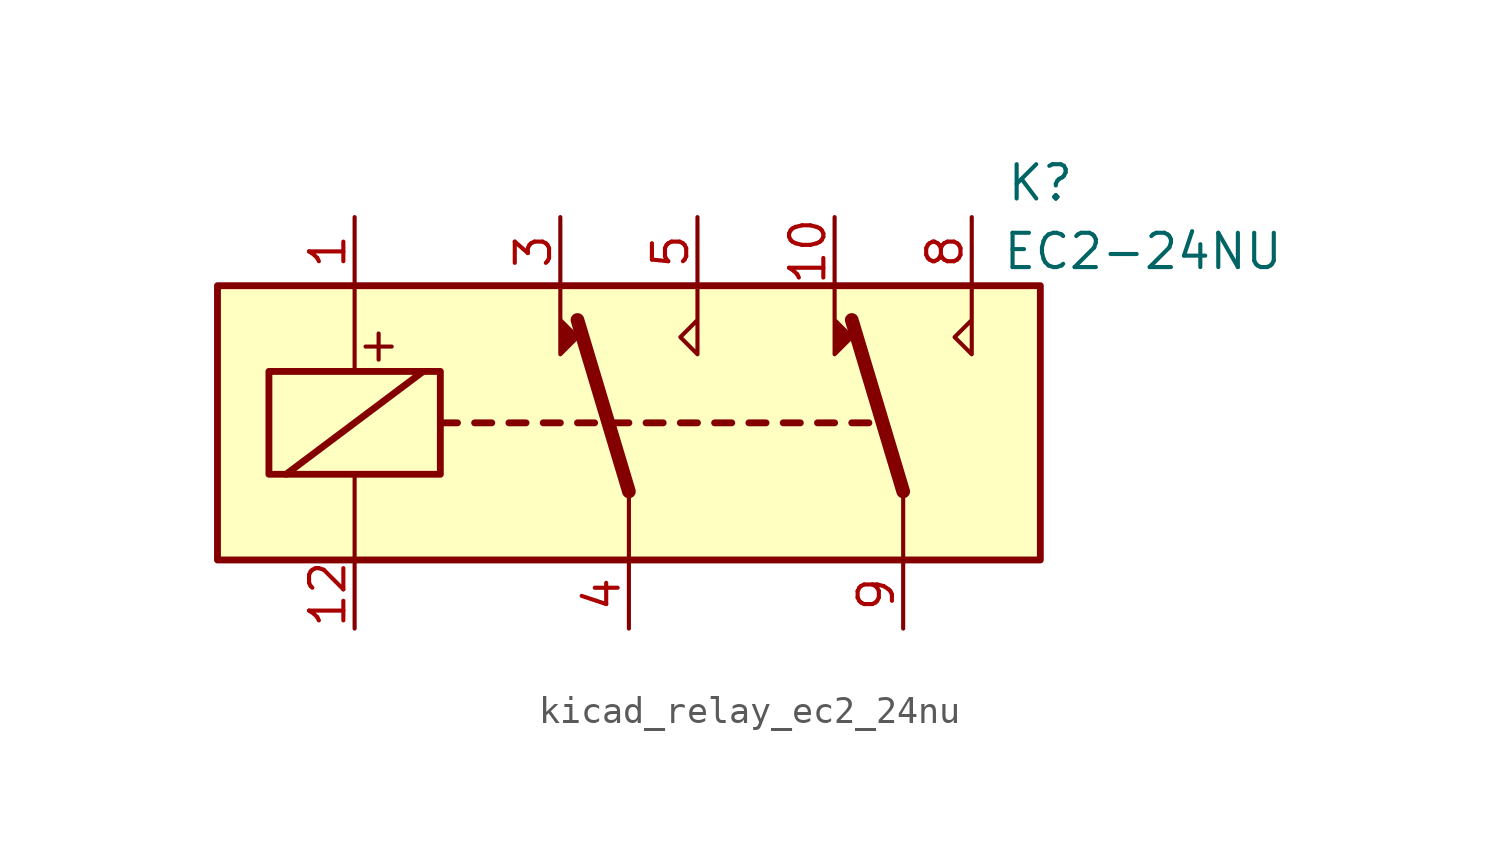
<source format=kicad_sym>
(kicad_symbol_lib
  (version 20220914)
  (generator kicad_symbol_editor)
  (symbol "kicad_relay_ec2_24nu"
    (property "Reference" "K"
      (at 15.24 8.89 0)
      (effects (font (size 1.27 1.27))))
    (property "Value" "EC2-24NU"
      (at 19.05 6.35 0)
      (effects (font (size 1.27 1.27))))
    (symbol "kicad_relay_ec2_24nu_1_1"
      (rectangle (start -15.24 5.08) (end 15.24 -5.08) (stroke (width 0.254) (type default)) (fill (type background)))
      (rectangle (start -13.335 1.905) (end -6.985 -1.905) (stroke (width 0.254) (type default)) (fill (type none)))
      (polyline (pts (xy -12.7 -1.905) (xy -7.62 1.905)) (stroke (width 0.254) (type default)) (fill (type none)))
      (polyline (pts (xy -10.16 -5.08) (xy -10.16 -1.905)) (stroke (width 0) (type default)) (fill (type none)))
      (polyline (pts (xy -10.16 5.08) (xy -10.16 1.905)) (stroke (width 0) (type default)) (fill (type none)))
      (polyline (pts (xy -6.985 0) (xy -6.35 0)) (stroke (width 0.254) (type default)) (fill (type none)))
      (polyline (pts (xy -5.715 0) (xy -5.08 0)) (stroke (width 0.254) (type default)) (fill (type none)))
      (polyline (pts (xy -4.445 0) (xy -3.81 0)) (stroke (width 0.254) (type default)) (fill (type none)))
      (polyline (pts (xy -3.175 0) (xy -2.54 0)) (stroke (width 0.254) (type default)) (fill (type none)))
      (polyline (pts (xy -1.905 0) (xy -1.27 0)) (stroke (width 0.254) (type default)) (fill (type none)))
      (polyline (pts (xy -0.635 0) (xy 0 0)) (stroke (width 0.254) (type default)) (fill (type none)))
      (polyline (pts (xy 0 -2.54) (xy -1.905 3.81)) (stroke (width 0.508) (type default)) (fill (type none)))
      (polyline (pts (xy 0 -2.54) (xy 0 -5.08)) (stroke (width 0) (type default)) (fill (type none)))
      (polyline (pts (xy 0.635 0) (xy 1.27 0)) (stroke (width 0.254) (type default)) (fill (type none)))
      (polyline (pts (xy 1.905 0) (xy 2.54 0)) (stroke (width 0.254) (type default)) (fill (type none)))
      (polyline (pts (xy 3.175 0) (xy 3.81 0)) (stroke (width 0.254) (type default)) (fill (type none)))
      (polyline (pts (xy 4.445 0) (xy 5.08 0)) (stroke (width 0.254) (type default)) (fill (type none)))
      (polyline (pts (xy 5.715 0) (xy 6.35 0)) (stroke (width 0.254) (type default)) (fill (type none)))
      (polyline (pts (xy 6.985 0) (xy 7.62 0)) (stroke (width 0.254) (type default)) (fill (type none)))
      (polyline (pts (xy 8.255 0) (xy 8.89 0)) (stroke (width 0.254) (type default)) (fill (type none)))
      (polyline (pts (xy 10.16 -2.54) (xy 8.255 3.81)) (stroke (width 0.508) (type default)) (fill (type none)))
      (polyline (pts (xy 10.16 -2.54) (xy 10.16 -5.08)) (stroke (width 0) (type default)) (fill (type none)))
      (polyline (pts (xy -2.54 5.08) (xy -2.54 2.54) (xy -1.905 3.175) (xy -2.54 3.81)) (stroke (width 0) (type default)) (fill (type outline)))
      (polyline (pts (xy 2.54 5.08) (xy 2.54 2.54) (xy 1.905 3.175) (xy 2.54 3.81)) (stroke (width 0) (type default)) (fill (type none)))
      (polyline (pts (xy 7.62 5.08) (xy 7.62 2.54) (xy 8.255 3.175) (xy 7.62 3.81)) (stroke (width 0) (type default)) (fill (type outline)))
      (polyline (pts (xy 12.7 5.08) (xy 12.7 2.54) (xy 12.065 3.175) (xy 12.7 3.81)) (stroke (width 0) (type default)) (fill (type none)))
      (text "+" (at -9.271 2.921 0) (effects (font (size 1.27 1.27))))
      (pin passive line (at -10.16 7.62 270) (length 2.54) (name "~" (effects (font (size 1.27 1.27)))) (number "1" (effects (font (size 1.27 1.27)))))
      (pin passive line (at 7.62 7.62 270) (length 2.54) (name "~" (effects (font (size 1.27 1.27)))) (number "10" (effects (font (size 1.27 1.27)))))
      (pin passive line (at -10.16 -7.62 90) (length 2.54) (name "~" (effects (font (size 1.27 1.27)))) (number "12" (effects (font (size 1.27 1.27)))))
      (pin passive line (at -2.54 7.62 270) (length 2.54) (name "~" (effects (font (size 1.27 1.27)))) (number "3" (effects (font (size 1.27 1.27)))))
      (pin passive line (at 0 -7.62 90) (length 2.54) (name "~" (effects (font (size 1.27 1.27)))) (number "4" (effects (font (size 1.27 1.27)))))
      (pin passive line (at 2.54 7.62 270) (length 2.54) (name "~" (effects (font (size 1.27 1.27)))) (number "5" (effects (font (size 1.27 1.27)))))
      (pin passive line (at 12.7 7.62 270) (length 2.54) (name "~" (effects (font (size 1.27 1.27)))) (number "8" (effects (font (size 1.27 1.27)))))
      (pin passive line (at 10.16 -7.62 90) (length 2.54) (name "~" (effects (font (size 1.27 1.27)))) (number "9" (effects (font (size 1.27 1.27))))))))
</source>
